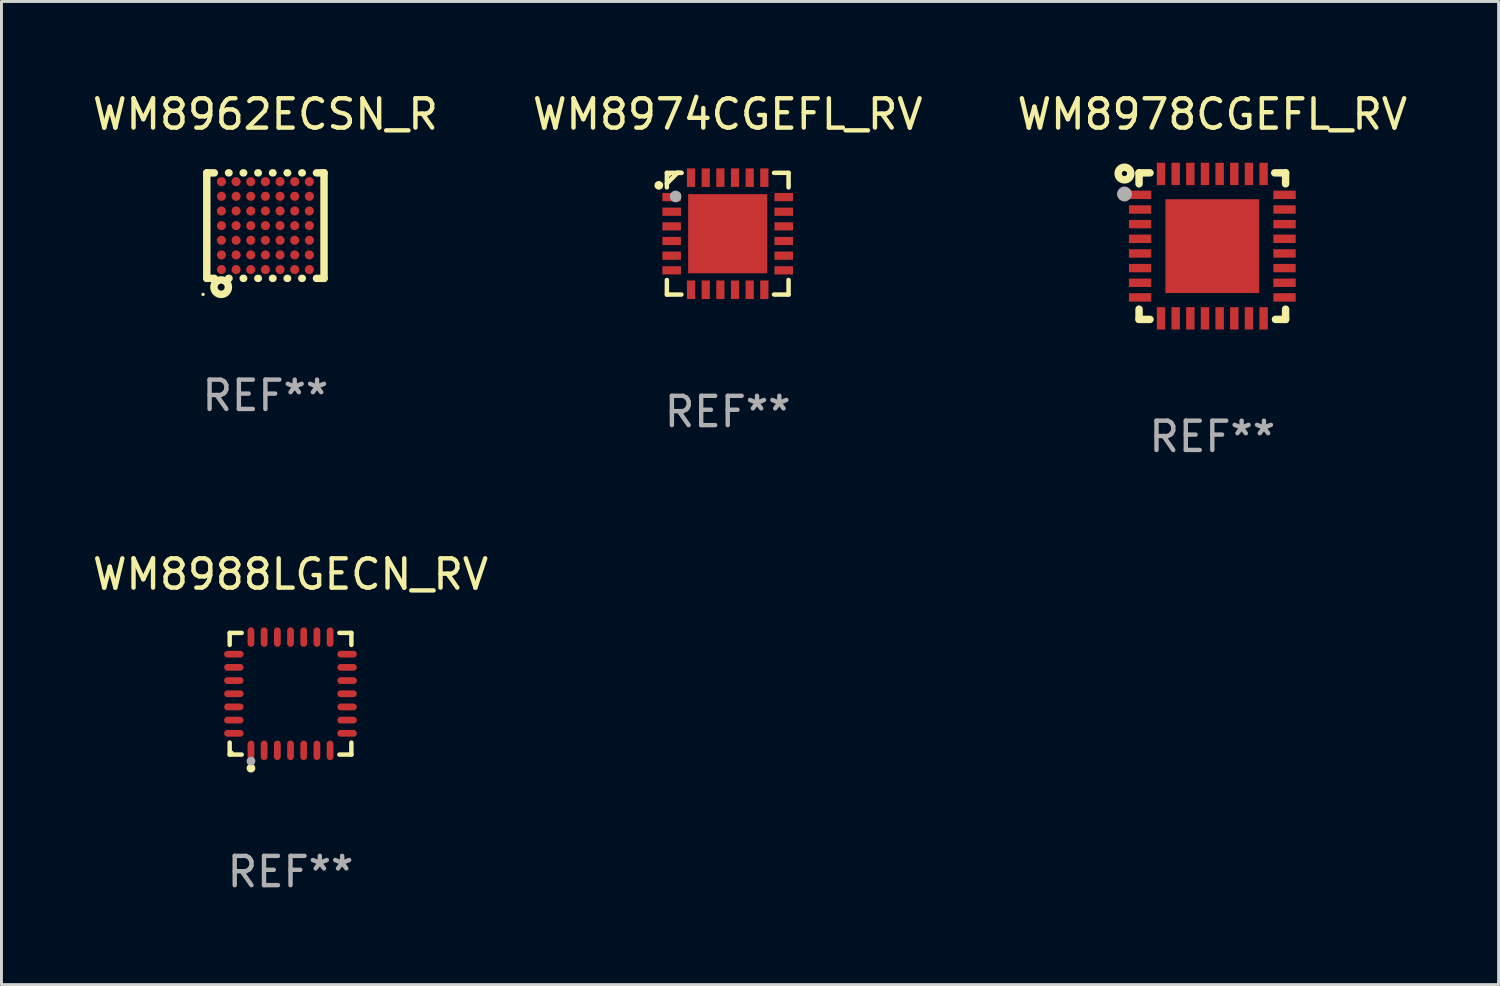
<source format=kicad_pcb>
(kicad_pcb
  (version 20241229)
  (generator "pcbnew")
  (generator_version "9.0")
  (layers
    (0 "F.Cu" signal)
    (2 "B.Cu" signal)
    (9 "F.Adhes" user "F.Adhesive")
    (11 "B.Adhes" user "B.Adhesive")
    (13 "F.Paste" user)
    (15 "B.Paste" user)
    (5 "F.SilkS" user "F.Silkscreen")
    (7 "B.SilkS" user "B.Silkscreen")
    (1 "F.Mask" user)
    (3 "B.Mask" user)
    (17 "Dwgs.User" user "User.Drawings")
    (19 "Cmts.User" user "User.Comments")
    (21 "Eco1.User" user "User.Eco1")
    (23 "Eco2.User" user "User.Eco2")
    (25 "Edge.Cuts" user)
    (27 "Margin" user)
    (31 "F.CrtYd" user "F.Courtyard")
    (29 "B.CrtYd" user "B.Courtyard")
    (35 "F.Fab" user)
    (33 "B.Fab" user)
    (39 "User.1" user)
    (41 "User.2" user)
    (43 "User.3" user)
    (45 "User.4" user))
  (footprint "WM8978CGEFL_RV"
    (layer "F.Cu")
    (at 38.315 5.348)
    (property "Reference" "WM8978CGEFL_RV" (at 0 -4.5 0) (layer "F.SilkS") (effects (font (size 1 1) (thickness 0.15))))
    (attr through_hole)
    (fp_line (start -2.5 -2.5) (end -2.5 -2.126) (stroke (width 0.254) (type solid)) (layer "F.SilkS"))
    (fp_line (start -2.5 -2.5) (end -2.126 -2.5) (stroke (width 0.254) (type solid)) (layer "F.SilkS"))
    (fp_line (start -2.5 2.151) (end -2.5 2.5) (stroke (width 0.254) (type solid)) (layer "F.SilkS"))
    (fp_line (start -2.126 2.5) (end -2.5 2.5) (stroke (width 0.254) (type solid)) (layer "F.SilkS"))
    (fp_line (start 2.129 -2.5) (end 2.5 -2.5) (stroke (width 0.254) (type solid)) (layer "F.SilkS"))
    (fp_line (start 2.5 -2.5) (end 2.5 -2.126) (stroke (width 0.254) (type solid)) (layer "F.SilkS"))
    (fp_line (start 2.5 2.151) (end 2.5 2.5) (stroke (width 0.254) (type solid)) (layer "F.SilkS"))
    (fp_line (start 2.5 2.5) (end 2.154 2.5) (stroke (width 0.254) (type solid)) (layer "F.SilkS"))
    (fp_circle (center -2.997 -2.477) (end -2.908 -2.477) (stroke (width 0.254) (type solid)) (fill no) (layer "F.SilkS"))
    (fp_circle (center -2.45 -2.45) (end -2.4 -2.45) (stroke (width 0.1) (type solid)) (fill no) (layer "F.SilkS"))
    (fp_circle (center -2.997 -1.778) (end -2.87 -1.778) (stroke (width 0.254) (type solid)) (fill no) (layer "F.Fab"))
    (fp_text user "REF**" (at 0 6.5 0) (layer "F.Fab") (effects (font (size 1 1) (thickness 0.15))))
    (pad "1" smd rect (at -2.464 -1.75) (size 0.762 0.287) (layers "F.Cu" "F.Mask" "F.Paste"))
    (pad "2" smd rect (at -2.464 -1.25) (size 0.762 0.287) (layers "F.Cu" "F.Mask" "F.Paste"))
    (pad "3" smd rect (at -2.464 -0.75) (size 0.762 0.287) (layers "F.Cu" "F.Mask" "F.Paste"))
    (pad "4" smd rect (at -2.464 -0.25) (size 0.762 0.287) (layers "F.Cu" "F.Mask" "F.Paste"))
    (pad "5" smd rect (at -2.464 0.25) (size 0.762 0.287) (layers "F.Cu" "F.Mask" "F.Paste"))
    (pad "6" smd rect (at -2.464 0.75) (size 0.762 0.287) (layers "F.Cu" "F.Mask" "F.Paste"))
    (pad "7" smd rect (at -2.464 1.25) (size 0.762 0.287) (layers "F.Cu" "F.Mask" "F.Paste"))
    (pad "8" smd rect (at -2.464 1.75) (size 0.762 0.287) (layers "F.Cu" "F.Mask" "F.Paste"))
    (pad "9" smd rect (at -1.75 2.464) (size 0.287 0.762) (layers "F.Cu" "F.Mask" "F.Paste"))
    (pad "10" smd rect (at -1.25 2.464) (size 0.287 0.762) (layers "F.Cu" "F.Mask" "F.Paste"))
    (pad "11" smd rect (at -0.75 2.464) (size 0.287 0.762) (layers "F.Cu" "F.Mask" "F.Paste"))
    (pad "12" smd rect (at -0.25 2.464) (size 0.287 0.762) (layers "F.Cu" "F.Mask" "F.Paste"))
    (pad "13" smd rect (at 0.25 2.464) (size 0.287 0.762) (layers "F.Cu" "F.Mask" "F.Paste"))
    (pad "14" smd rect (at 0.75 2.464) (size 0.287 0.762) (layers "F.Cu" "F.Mask" "F.Paste"))
    (pad "15" smd rect (at 1.25 2.464) (size 0.287 0.762) (layers "F.Cu" "F.Mask" "F.Paste"))
    (pad "16" smd rect (at 1.75 2.464) (size 0.287 0.762) (layers "F.Cu" "F.Mask" "F.Paste"))
    (pad "17" smd rect (at 2.464 1.75) (size 0.762 0.287) (layers "F.Cu" "F.Mask" "F.Paste"))
    (pad "18" smd rect (at 2.464 1.25) (size 0.762 0.287) (layers "F.Cu" "F.Mask" "F.Paste"))
    (pad "19" smd rect (at 2.464 0.75) (size 0.762 0.287) (layers "F.Cu" "F.Mask" "F.Paste"))
    (pad "20" smd rect (at 2.464 0.25) (size 0.762 0.287) (layers "F.Cu" "F.Mask" "F.Paste"))
    (pad "21" smd rect (at 2.464 -0.25) (size 0.762 0.287) (layers "F.Cu" "F.Mask" "F.Paste"))
    (pad "22" smd rect (at 2.464 -0.75) (size 0.762 0.287) (layers "F.Cu" "F.Mask" "F.Paste"))
    (pad "23" smd rect (at 2.464 -1.25) (size 0.762 0.287) (layers "F.Cu" "F.Mask" "F.Paste"))
    (pad "24" smd rect (at 2.464 -1.75) (size 0.762 0.287) (layers "F.Cu" "F.Mask" "F.Paste"))
    (pad "25" smd rect (at 1.75 -2.464) (size 0.287 0.762) (layers "F.Cu" "F.Mask" "F.Paste"))
    (pad "26" smd rect (at 1.25 -2.464) (size 0.287 0.762) (layers "F.Cu" "F.Mask" "F.Paste"))
    (pad "27" smd rect (at 0.75 -2.464) (size 0.287 0.762) (layers "F.Cu" "F.Mask" "F.Paste"))
    (pad "28" smd rect (at 0.25 -2.464) (size 0.287 0.762) (layers "F.Cu" "F.Mask" "F.Paste"))
    (pad "29" smd rect (at -0.25 -2.464) (size 0.287 0.762) (layers "F.Cu" "F.Mask" "F.Paste"))
    (pad "30" smd rect (at -0.75 -2.464) (size 0.287 0.762) (layers "F.Cu" "F.Mask" "F.Paste"))
    (pad "31" smd rect (at -1.25 -2.464) (size 0.287 0.762) (layers "F.Cu" "F.Mask" "F.Paste"))
    (pad "32" smd rect (at -1.75 -2.464) (size 0.287 0.762) (layers "F.Cu" "F.Mask" "F.Paste"))
    (pad "33" smd rect (at 0 0) (size 3.2 3.2) (layers "F.Cu" "F.Mask" "F.Paste")))
  (footprint "WM8962ECSN_R"
    (layer "F.Cu")
    (at 6.006 4.648)
    (property "Reference" "WM8962ECSN_R" (at 0 -3.8 0) (layer "F.SilkS") (effects (font (size 1 1) (thickness 0.15))))
    (attr through_hole)
    (fp_line (start -2 -1.8) (end -1.742 -1.8) (stroke (width 0.254) (type solid)) (layer "F.SilkS"))
    (fp_line (start -2 1.8) (end -2 -1.8) (stroke (width 0.254) (type solid)) (layer "F.SilkS"))
    (fp_line (start -2 1.8) (end -1.742 1.8) (stroke (width 0.254) (type solid)) (layer "F.SilkS"))
    (fp_line (start -1.258 -1.8) (end -1.242 -1.8) (stroke (width 0.254) (type solid)) (layer "F.SilkS"))
    (fp_line (start -1.258 1.8) (end -1.242 1.8) (stroke (width 0.254) (type solid)) (layer "F.SilkS"))
    (fp_line (start -0.758 -1.8) (end -0.742 -1.8) (stroke (width 0.254) (type solid)) (layer "F.SilkS"))
    (fp_line (start -0.758 1.8) (end -0.742 1.8) (stroke (width 0.254) (type solid)) (layer "F.SilkS"))
    (fp_line (start -0.258 -1.8) (end -0.242 -1.8) (stroke (width 0.254) (type solid)) (layer "F.SilkS"))
    (fp_line (start -0.258 1.8) (end -0.242 1.8) (stroke (width 0.254) (type solid)) (layer "F.SilkS"))
    (fp_line (start 0.242 -1.8) (end 0.258 -1.8) (stroke (width 0.254) (type solid)) (layer "F.SilkS"))
    (fp_line (start 0.242 1.8) (end 0.258 1.8) (stroke (width 0.254) (type solid)) (layer "F.SilkS"))
    (fp_line (start 0.742 -1.8) (end 0.758 -1.8) (stroke (width 0.254) (type solid)) (layer "F.SilkS"))
    (fp_line (start 0.742 1.8) (end 0.758 1.8) (stroke (width 0.254) (type solid)) (layer "F.SilkS"))
    (fp_line (start 1.242 -1.8) (end 1.258 -1.8) (stroke (width 0.254) (type solid)) (layer "F.SilkS"))
    (fp_line (start 1.242 1.8) (end 1.258 1.8) (stroke (width 0.254) (type solid)) (layer "F.SilkS"))
    (fp_line (start 1.742 -1.8) (end 2 -1.8) (stroke (width 0.254) (type solid)) (layer "F.SilkS"))
    (fp_line (start 1.742 1.8) (end 2 1.8) (stroke (width 0.254) (type solid)) (layer "F.SilkS"))
    (fp_line (start 2 -1.8) (end 2 1.8) (stroke (width 0.254) (type solid)) (layer "F.SilkS"))
    (fp_circle (center -2.127 2.347) (end -2.097 2.347) (stroke (width 0.06) (type solid)) (fill no) (layer "F.SilkS"))
    (fp_circle (center -1.51 2.1) (end -1.39 2.1) (stroke (width 0.254) (type solid)) (fill no) (layer "F.SilkS"))
    (fp_text user "REF**" (at 0 5.8 0) (layer "F.Fab") (effects (font (size 1 1) (thickness 0.15))))
    (pad "A1" smd circle (at -1.5 1.5) (size 0.31 0.31) (layers "F.Cu" "F.Mask" "F.Paste"))
    (pad "A2" smd circle (at -1.5 1) (size 0.31 0.31) (layers "F.Cu" "F.Mask" "F.Paste"))
    (pad "A3" smd circle (at -1.5 0.5) (size 0.31 0.31) (layers "F.Cu" "F.Mask" "F.Paste"))
    (pad "A4" smd circle (at -1.5 0.000064) (size 0.31 0.31) (layers "F.Cu" "F.Mask" "F.Paste"))
    (pad "A5" smd circle (at -1.5 -0.5) (size 0.31 0.31) (layers "F.Cu" "F.Mask" "F.Paste"))
    (pad "A6" smd circle (at -1.5 -1) (size 0.31 0.31) (layers "F.Cu" "F.Mask" "F.Paste"))
    (pad "A7" smd circle (at -1.5 -1.5) (size 0.31 0.31) (layers "F.Cu" "F.Mask" "F.Paste"))
    (pad "B1" smd circle (at -1 1.5) (size 0.31 0.31) (layers "F.Cu" "F.Mask" "F.Paste"))
    (pad "B2" smd circle (at -1 1) (size 0.31 0.31) (layers "F.Cu" "F.Mask" "F.Paste"))
    (pad "B3" smd circle (at -1 0.5) (size 0.31 0.31) (layers "F.Cu" "F.Mask" "F.Paste"))
    (pad "B4" smd circle (at -1 0.000064) (size 0.31 0.31) (layers "F.Cu" "F.Mask" "F.Paste"))
    (pad "B5" smd circle (at -1 -0.5) (size 0.31 0.31) (layers "F.Cu" "F.Mask" "F.Paste"))
    (pad "B6" smd circle (at -1 -1) (size 0.31 0.31) (layers "F.Cu" "F.Mask" "F.Paste"))
    (pad "B7" smd circle (at -1 -1.5) (size 0.31 0.31) (layers "F.Cu" "F.Mask" "F.Paste"))
    (pad "C1" smd circle (at -0.5 1.5) (size 0.31 0.31) (layers "F.Cu" "F.Mask" "F.Paste"))
    (pad "C2" smd circle (at -0.5 1) (size 0.31 0.31) (layers "F.Cu" "F.Mask" "F.Paste"))
    (pad "C3" smd circle (at -0.5 0.5) (size 0.31 0.31) (layers "F.Cu" "F.Mask" "F.Paste"))
    (pad "C4" smd circle (at -0.5 0.000064) (size 0.31 0.31) (layers "F.Cu" "F.Mask" "F.Paste"))
    (pad "C5" smd circle (at -0.5 -0.5) (size 0.31 0.31) (layers "F.Cu" "F.Mask" "F.Paste"))
    (pad "C6" smd circle (at -0.5 -1) (size 0.31 0.31) (layers "F.Cu" "F.Mask" "F.Paste"))
    (pad "C7" smd circle (at -0.5 -1.5) (size 0.31 0.31) (layers "F.Cu" "F.Mask" "F.Paste"))
    (pad "D1" smd circle (at 0.000051 1.5) (size 0.31 0.31) (layers "F.Cu" "F.Mask" "F.Paste"))
    (pad "D2" smd circle (at 0.000051 1) (size 0.31 0.31) (layers "F.Cu" "F.Mask" "F.Paste"))
    (pad "D3" smd circle (at 0.000051 0.5) (size 0.31 0.31) (layers "F.Cu" "F.Mask" "F.Paste"))
    (pad "D4" smd circle (at -0.000203 0.000064) (size 0.31 0.31) (layers "F.Cu" "F.Mask" "F.Paste"))
    (pad "D5" smd circle (at 0.000051 -0.5) (size 0.31 0.31) (layers "F.Cu" "F.Mask" "F.Paste"))
    (pad "D6" smd circle (at 0.000051 -1) (size 0.31 0.31) (layers "F.Cu" "F.Mask" "F.Paste"))
    (pad "D7" smd circle (at 0.000051 -1.5) (size 0.31 0.31) (layers "F.Cu" "F.Mask" "F.Paste"))
    (pad "E1" smd circle (at 0.5 1.5) (size 0.31 0.31) (layers "F.Cu" "F.Mask" "F.Paste"))
    (pad "E2" smd circle (at 0.5 1) (size 0.31 0.31) (layers "F.Cu" "F.Mask" "F.Paste"))
    (pad "E3" smd circle (at 0.5 0.5) (size 0.31 0.31) (layers "F.Cu" "F.Mask" "F.Paste"))
    (pad "E4" smd circle (at 0.5 0.000064) (size 0.31 0.31) (layers "F.Cu" "F.Mask" "F.Paste"))
    (pad "E5" smd circle (at 0.5 -0.5) (size 0.31 0.31) (layers "F.Cu" "F.Mask" "F.Paste"))
    (pad "E6" smd circle (at 0.5 -1) (size 0.31 0.31) (layers "F.Cu" "F.Mask" "F.Paste"))
    (pad "E7" smd circle (at 0.5 -1.5) (size 0.31 0.31) (layers "F.Cu" "F.Mask" "F.Paste"))
    (pad "F1" smd circle (at 1 1.5) (size 0.31 0.31) (layers "F.Cu" "F.Mask" "F.Paste"))
    (pad "F2" smd circle (at 1 1) (size 0.31 0.31) (layers "F.Cu" "F.Mask" "F.Paste"))
    (pad "F3" smd circle (at 1 0.5) (size 0.31 0.31) (layers "F.Cu" "F.Mask" "F.Paste"))
    (pad "F4" smd circle (at 1 0.000064) (size 0.31 0.31) (layers "F.Cu" "F.Mask" "F.Paste"))
    (pad "F5" smd circle (at 1 -0.5) (size 0.31 0.31) (layers "F.Cu" "F.Mask" "F.Paste"))
    (pad "F6" smd circle (at 1 -1) (size 0.31 0.31) (layers "F.Cu" "F.Mask" "F.Paste"))
    (pad "F7" smd circle (at 1 -1.5) (size 0.31 0.31) (layers "F.Cu" "F.Mask" "F.Paste"))
    (pad "G1" smd circle (at 1.5 1.5) (size 0.31 0.31) (layers "F.Cu" "F.Mask" "F.Paste"))
    (pad "G2" smd circle (at 1.5 1) (size 0.31 0.31) (layers "F.Cu" "F.Mask" "F.Paste"))
    (pad "G3" smd circle (at 1.5 0.5) (size 0.31 0.31) (layers "F.Cu" "F.Mask" "F.Paste"))
    (pad "G4" smd circle (at 1.5 0.000064) (size 0.31 0.31) (layers "F.Cu" "F.Mask" "F.Paste"))
    (pad "G5" smd circle (at 1.5 -0.5) (size 0.31 0.31) (layers "F.Cu" "F.Mask" "F.Paste"))
    (pad "G6" smd circle (at 1.5 -1) (size 0.31 0.31) (layers "F.Cu" "F.Mask" "F.Paste"))
    (pad "G7" smd circle (at 1.5 -1.5) (size 0.31 0.31) (layers "F.Cu" "F.Mask" "F.Paste")))
  (footprint "WM8988LGECN_RV"
    (layer "F.Cu")
    (at 6.863 20.621)
    (property "Reference" "WM8988LGECN_RV" (at 0 -4.076 0) (layer "F.SilkS") (effects (font (size 1 1) (thickness 0.15))))
    (attr through_hole)
    (fp_line (start -2.076 -2.076) (end -1.666 -2.076) (stroke (width 0.152) (type solid)) (layer "F.SilkS"))
    (fp_line (start -2.076 -1.666) (end -2.076 -2.076) (stroke (width 0.152) (type solid)) (layer "F.SilkS"))
    (fp_line (start -2.076 1.666) (end -2.076 2.076) (stroke (width 0.152) (type solid)) (layer "F.SilkS"))
    (fp_line (start -2.076 2.076) (end -1.666 2.076) (stroke (width 0.152) (type solid)) (layer "F.SilkS"))
    (fp_line (start 2.076 -2.076) (end 1.666 -2.076) (stroke (width 0.152) (type solid)) (layer "F.SilkS"))
    (fp_line (start 2.076 -1.666) (end 2.076 -2.076) (stroke (width 0.152) (type solid)) (layer "F.SilkS"))
    (fp_line (start 2.076 1.666) (end 2.076 2.076) (stroke (width 0.152) (type solid)) (layer "F.SilkS"))
    (fp_line (start 2.076 2.076) (end 1.666 2.076) (stroke (width 0.152) (type solid)) (layer "F.SilkS"))
    (fp_circle (center -2 2) (end -1.97 2) (stroke (width 0.06) (type solid)) (fill no) (layer "F.SilkS"))
    (fp_circle (center -1.35 2.54) (end -1.275 2.54) (stroke (width 0.15) (type solid)) (fill no) (layer "F.SilkS"))
    (fp_circle (center -1.35 2.3) (end -1.275 2.3) (stroke (width 0.15) (type solid)) (fill no) (layer "F.Fab"))
    (fp_text user "REF**" (at 0 6.076 0) (layer "F.Fab") (effects (font (size 1 1) (thickness 0.15))))
    (pad "1" smd oval (at -1.35 1.93) (size 0.23 0.665) (layers "F.Cu" "F.Mask" "F.Paste"))
    (pad "2" smd oval (at -0.9 1.93) (size 0.23 0.665) (layers "F.Cu" "F.Mask" "F.Paste"))
    (pad "3" smd oval (at -0.45 1.93) (size 0.23 0.665) (layers "F.Cu" "F.Mask" "F.Paste"))
    (pad "4" smd oval (at 0 1.93) (size 0.23 0.665) (layers "F.Cu" "F.Mask" "F.Paste"))
    (pad "5" smd oval (at 0.45 1.93) (size 0.23 0.665) (layers "F.Cu" "F.Mask" "F.Paste"))
    (pad "6" smd oval (at 0.9 1.93) (size 0.23 0.665) (layers "F.Cu" "F.Mask" "F.Paste"))
    (pad "7" smd oval (at 1.35 1.93) (size 0.23 0.665) (layers "F.Cu" "F.Mask" "F.Paste"))
    (pad "8" smd oval (at 1.93 1.35) (size 0.665 0.23) (layers "F.Cu" "F.Mask" "F.Paste"))
    (pad "9" smd oval (at 1.93 0.9) (size 0.665 0.23) (layers "F.Cu" "F.Mask" "F.Paste"))
    (pad "10" smd oval (at 1.93 0.45) (size 0.665 0.23) (layers "F.Cu" "F.Mask" "F.Paste"))
    (pad "11" smd oval (at 1.93 0) (size 0.665 0.23) (layers "F.Cu" "F.Mask" "F.Paste"))
    (pad "12" smd oval (at 1.93 -0.45) (size 0.665 0.23) (layers "F.Cu" "F.Mask" "F.Paste"))
    (pad "13" smd oval (at 1.93 -0.9) (size 0.665 0.23) (layers "F.Cu" "F.Mask" "F.Paste"))
    (pad "14" smd oval (at 1.93 -1.35) (size 0.665 0.23) (layers "F.Cu" "F.Mask" "F.Paste"))
    (pad "15" smd oval (at 1.35 -1.933) (size 0.23 0.665) (layers "F.Cu" "F.Mask" "F.Paste"))
    (pad "16" smd oval (at 0.9 -1.933) (size 0.23 0.665) (layers "F.Cu" "F.Mask" "F.Paste"))
    (pad "17" smd oval (at 0.45 -1.933) (size 0.23 0.665) (layers "F.Cu" "F.Mask" "F.Paste"))
    (pad "18" smd oval (at 0 -1.933) (size 0.23 0.665) (layers "F.Cu" "F.Mask" "F.Paste"))
    (pad "19" smd oval (at -0.45 -1.933) (size 0.23 0.665) (layers "F.Cu" "F.Mask" "F.Paste"))
    (pad "20" smd oval (at -0.9 -1.933) (size 0.23 0.665) (layers "F.Cu" "F.Mask" "F.Paste"))
    (pad "21" smd oval (at -1.35 -1.933) (size 0.23 0.665) (layers "F.Cu" "F.Mask" "F.Paste"))
    (pad "22" smd oval (at -1.933 -1.35) (size 0.665 0.23) (layers "F.Cu" "F.Mask" "F.Paste"))
    (pad "23" smd oval (at -1.933 -0.9) (size 0.665 0.23) (layers "F.Cu" "F.Mask" "F.Paste"))
    (pad "24" smd oval (at -1.933 -0.45) (size 0.665 0.23) (layers "F.Cu" "F.Mask" "F.Paste"))
    (pad "25" smd oval (at -1.933 0) (size 0.665 0.23) (layers "F.Cu" "F.Mask" "F.Paste"))
    (pad "26" smd oval (at -1.933 0.45) (size 0.665 0.23) (layers "F.Cu" "F.Mask" "F.Paste"))
    (pad "27" smd oval (at -1.933 0.9) (size 0.665 0.23) (layers "F.Cu" "F.Mask" "F.Paste"))
    (pad "28" smd oval (at -1.933 1.35) (size 0.665 0.23) (layers "F.Cu" "F.Mask" "F.Paste")))
  (footprint "WM8974CGEFL_RV"
    (layer "F.Cu")
    (at 21.78 4.924)
    (property "Reference" "WM8974CGEFL_RV" (at 0 -4.076 0) (layer "F.SilkS") (effects (font (size 1 1) (thickness 0.15))))
    (attr through_hole)
    (fp_line (start -2.076 -2.076) (end -2.076 -1.58) (stroke (width 0.152) (type solid)) (layer "F.SilkS"))
    (fp_line (start -2.076 2.076) (end -2.076 1.58) (stroke (width 0.152) (type solid)) (layer "F.SilkS"))
    (fp_line (start -1.713 -2.076) (end -2.076 -1.713) (stroke (width 0.152) (type solid)) (layer "F.SilkS"))
    (fp_line (start -1.58 -2.076) (end -2.076 -2.076) (stroke (width 0.152) (type solid)) (layer "F.SilkS"))
    (fp_line (start -1.58 -2.076) (end -1.713 -2.076) (stroke (width 0.152) (type solid)) (layer "F.SilkS"))
    (fp_line (start -1.58 2.076) (end -2.076 2.076) (stroke (width 0.152) (type solid)) (layer "F.SilkS"))
    (fp_line (start 1.58 -2.076) (end 2.076 -2.076) (stroke (width 0.152) (type solid)) (layer "F.SilkS"))
    (fp_line (start 1.58 2.076) (end 2.076 2.076) (stroke (width 0.152) (type solid)) (layer "F.SilkS"))
    (fp_line (start 2.076 -2.076) (end 2.076 -1.58) (stroke (width 0.152) (type solid)) (layer "F.SilkS"))
    (fp_line (start 2.076 2.076) (end 2.076 1.58) (stroke (width 0.152) (type solid)) (layer "F.SilkS"))
    (fp_circle (center -2.35 -1.65) (end -2.275 -1.65) (stroke (width 0.15) (type solid)) (fill no) (layer "F.SilkS"))
    (fp_circle (center -2 -2) (end -1.97 -2) (stroke (width 0.06) (type solid)) (fill no) (layer "F.SilkS"))
    (fp_circle (center -1.778 -1.27) (end -1.678 -1.27) (stroke (width 0.2) (type solid)) (fill no) (layer "F.Fab"))
    (fp_text user "REF**" (at 0 6.076 0) (layer "F.Fab") (effects (font (size 1 1) (thickness 0.15))))
    (pad "1" smd rect (at -1.912 -1.25) (size 0.633 0.28) (layers "F.Cu" "F.Mask" "F.Paste"))
    (pad "2" smd rect (at -1.912 -0.75) (size 0.633 0.28) (layers "F.Cu" "F.Mask" "F.Paste"))
    (pad "3" smd rect (at -1.912 -0.25) (size 0.633 0.28) (layers "F.Cu" "F.Mask" "F.Paste"))
    (pad "4" smd rect (at -1.912 0.25) (size 0.633 0.28) (layers "F.Cu" "F.Mask" "F.Paste"))
    (pad "5" smd rect (at -1.912 0.75) (size 0.633 0.28) (layers "F.Cu" "F.Mask" "F.Paste"))
    (pad "6" smd rect (at -1.912 1.25) (size 0.633 0.28) (layers "F.Cu" "F.Mask" "F.Paste"))
    (pad "7" smd rect (at -1.25 1.912) (size 0.28 0.633) (layers "F.Cu" "F.Mask" "F.Paste"))
    (pad "8" smd rect (at -0.75 1.912) (size 0.28 0.633) (layers "F.Cu" "F.Mask" "F.Paste"))
    (pad "9" smd rect (at -0.25 1.912) (size 0.28 0.633) (layers "F.Cu" "F.Mask" "F.Paste"))
    (pad "10" smd rect (at 0.25 1.912) (size 0.28 0.633) (layers "F.Cu" "F.Mask" "F.Paste"))
    (pad "11" smd rect (at 0.75 1.912) (size 0.28 0.633) (layers "F.Cu" "F.Mask" "F.Paste"))
    (pad "12" smd rect (at 1.25 1.912) (size 0.28 0.633) (layers "F.Cu" "F.Mask" "F.Paste"))
    (pad "13" smd rect (at 1.912 1.25) (size 0.633 0.28) (layers "F.Cu" "F.Mask" "F.Paste"))
    (pad "14" smd rect (at 1.912 0.75) (size 0.633 0.28) (layers "F.Cu" "F.Mask" "F.Paste"))
    (pad "15" smd rect (at 1.912 0.25) (size 0.633 0.28) (layers "F.Cu" "F.Mask" "F.Paste"))
    (pad "16" smd rect (at 1.912 -0.25) (size 0.633 0.28) (layers "F.Cu" "F.Mask" "F.Paste"))
    (pad "17" smd rect (at 1.912 -0.75) (size 0.633 0.28) (layers "F.Cu" "F.Mask" "F.Paste"))
    (pad "18" smd rect (at 1.912 -1.25) (size 0.633 0.28) (layers "F.Cu" "F.Mask" "F.Paste"))
    (pad "19" smd rect (at 1.25 -1.912) (size 0.28 0.633) (layers "F.Cu" "F.Mask" "F.Paste"))
    (pad "20" smd rect (at 0.75 -1.912) (size 0.28 0.633) (layers "F.Cu" "F.Mask" "F.Paste"))
    (pad "21" smd rect (at 0.25 -1.912) (size 0.28 0.633) (layers "F.Cu" "F.Mask" "F.Paste"))
    (pad "22" smd rect (at -0.25 -1.912) (size 0.28 0.633) (layers "F.Cu" "F.Mask" "F.Paste"))
    (pad "23" smd rect (at -0.75 -1.912) (size 0.28 0.633) (layers "F.Cu" "F.Mask" "F.Paste"))
    (pad "24" smd rect (at -1.25 -1.912) (size 0.28 0.633) (layers "F.Cu" "F.Mask" "F.Paste"))
    (pad "25" smd rect (at 0 0) (size 2.7 2.7) (layers "F.Cu" "F.Mask" "F.Paste")))
  (gr_rect
    (start -3 -3)
    (end 48.083 30.545)
    (stroke (width 0.1) (type default))
    (fill no)
    (layer "Edge.Cuts")))
</source>
